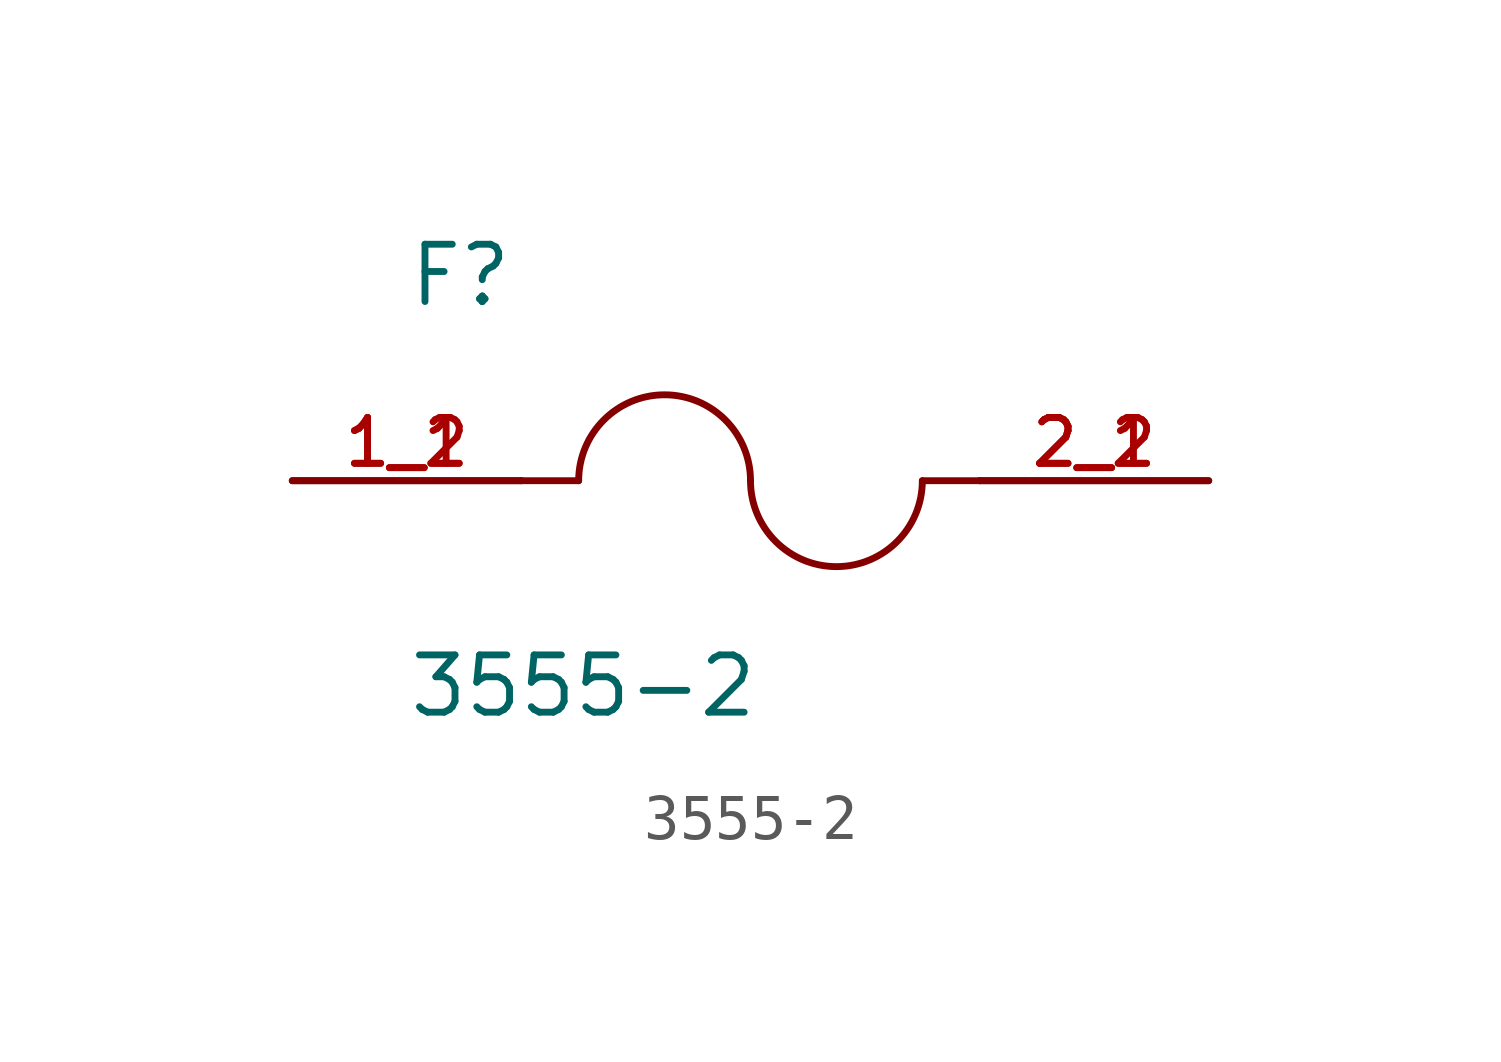
<source format=kicad_sym>
(kicad_symbol_lib
  (version 20211014)
  (generator kicad_symbol_editor)
  (symbol "3555-2"
    (pin_names
      (offset 1.016))
    (property "Reference" "F"
      (at -7.62 3.81 0)
      (effects (font (size 1.27 1.27)) (justify bottom left)))
    (property "Value" "3555-2"
      (at -7.62 -3.81 0)
      (effects (font (size 1.27 1.27)) (justify top left)))
    (symbol "3555-2_0_0"
      (arc (start 0.0 0.0) (mid -1.905 1.905) (end -3.81 0.0) (stroke (width 0.1524) (type default) (color 0 0 0 0)) (fill (type none)))
      (arc (start 3.81 0.0) (mid 1.905 -1.905) (end 0.0 0.0) (stroke (width 0.1524) (type default) (color 0 0 0 0)) (fill (type none)))
      (polyline (pts (xy 5.08 0.0) (xy 3.81 0.0)) (stroke (width 0.152)))
      (polyline (pts (xy -5.08 0.0) (xy -3.81 0.0)) (stroke (width 0.152)))
      (pin passive line (at -10.16 0.0 0) (length 5.08) (name "~" (effects (font (size 1.016 1.016)))) (number "1_1" (effects (font (size 1.016 1.016)))))
      (pin passive line (at -10.16 0.0 0) (length 5.08) (name "~" (effects (font (size 1.016 1.016)))) (number "1_2" (effects (font (size 1.016 1.016)))))
      (pin passive line (at 10.16 0.0 180.0) (length 5.08) (name "~" (effects (font (size 1.016 1.016)))) (number "2_1" (effects (font (size 1.016 1.016)))))
      (pin passive line (at 10.16 0.0 180.0) (length 5.08) (name "~" (effects (font (size 1.016 1.016)))) (number "2_2" (effects (font (size 1.016 1.016))))))))
</source>
